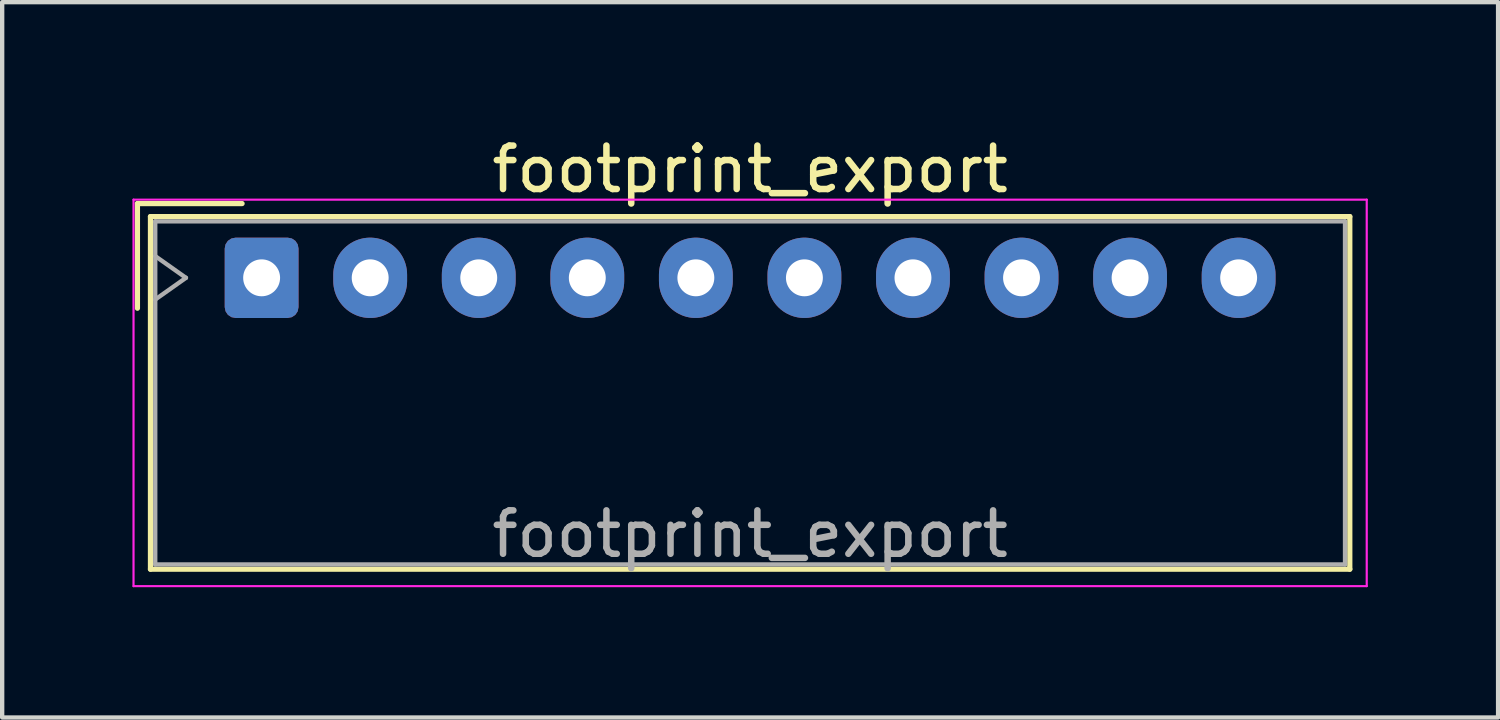
<source format=kicad_pcb>
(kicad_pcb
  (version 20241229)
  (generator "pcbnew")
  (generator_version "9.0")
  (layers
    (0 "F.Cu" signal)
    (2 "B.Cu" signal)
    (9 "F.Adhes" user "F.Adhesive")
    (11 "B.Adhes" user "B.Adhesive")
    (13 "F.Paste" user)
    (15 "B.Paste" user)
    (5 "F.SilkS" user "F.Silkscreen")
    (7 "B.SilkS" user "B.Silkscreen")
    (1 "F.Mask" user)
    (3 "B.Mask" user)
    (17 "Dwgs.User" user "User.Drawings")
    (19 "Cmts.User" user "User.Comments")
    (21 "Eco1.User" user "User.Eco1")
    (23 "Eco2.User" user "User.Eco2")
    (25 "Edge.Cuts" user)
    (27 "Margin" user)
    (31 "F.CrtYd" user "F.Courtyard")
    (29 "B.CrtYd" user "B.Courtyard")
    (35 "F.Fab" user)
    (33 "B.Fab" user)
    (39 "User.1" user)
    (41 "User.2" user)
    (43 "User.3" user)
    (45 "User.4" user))
  (footprint "footprint_export"
    (layer "F.Cu")
    (at 2.975 3.348)
    (property "Reference" "footprint_export" (at 11.25 -2.5 0) (layer "F.SilkS") (effects (font (size 1 1) (thickness 0.15))))
    (attr through_hole)
    (fp_line (start -2.86 -1.71) (end -0.45 -1.71) (stroke (width 0.12) (type solid)) (layer "F.SilkS"))
    (fp_line (start -2.86 0.7) (end -2.86 -1.71) (stroke (width 0.12) (type solid)) (layer "F.SilkS"))
    (fp_line (start -2.56 -1.41) (end -2.56 6.71) (stroke (width 0.12) (type solid)) (layer "F.SilkS"))
    (fp_line (start -2.56 6.71) (end 25.06 6.71) (stroke (width 0.12) (type solid)) (layer "F.SilkS"))
    (fp_line (start 25.06 -1.41) (end -2.56 -1.41) (stroke (width 0.12) (type solid)) (layer "F.SilkS"))
    (fp_line (start 25.06 6.71) (end 25.06 -1.41) (stroke (width 0.12) (type solid)) (layer "F.SilkS"))
    (fp_line (start -2.95 -1.8) (end -2.95 7.1) (stroke (width 0.05) (type solid)) (layer "F.CrtYd"))
    (fp_line (start -2.95 7.1) (end 25.45 7.1) (stroke (width 0.05) (type solid)) (layer "F.CrtYd"))
    (fp_line (start 25.45 -1.8) (end -2.95 -1.8) (stroke (width 0.05) (type solid)) (layer "F.CrtYd"))
    (fp_line (start 25.45 7.1) (end 25.45 -1.8) (stroke (width 0.05) (type solid)) (layer "F.CrtYd"))
    (fp_line (start -2.45 -1.3) (end -2.45 6.6) (stroke (width 0.1) (type solid)) (layer "F.Fab"))
    (fp_line (start -2.45 0.5) (end -1.743 0) (stroke (width 0.1) (type solid)) (layer "F.Fab"))
    (fp_line (start -2.45 6.6) (end 24.95 6.6) (stroke (width 0.1) (type solid)) (layer "F.Fab"))
    (fp_line (start -1.743 0) (end -2.45 -0.5) (stroke (width 0.1) (type solid)) (layer "F.Fab"))
    (fp_line (start 24.95 -1.3) (end -2.45 -1.3) (stroke (width 0.1) (type solid)) (layer "F.Fab"))
    (fp_line (start 24.95 6.6) (end 24.95 -1.3) (stroke (width 0.1) (type solid)) (layer "F.Fab"))
    (fp_text user "${REFERENCE}" (at 11.25 5.9 0) (layer "F.Fab") (effects (font (size 1 1) (thickness 0.15))))
    (pad "1" thru_hole roundrect (at 0 0) (size 1.7 1.85) (drill 0.85) (layers "*.Cu" "*.Mask") (roundrect_rratio 0.147))
    (pad "2" thru_hole oval (at 2.5 0) (size 1.7 1.85) (drill 0.85) (layers "*.Cu" "*.Mask"))
    (pad "3" thru_hole oval (at 5 0) (size 1.7 1.85) (drill 0.85) (layers "*.Cu" "*.Mask"))
    (pad "4" thru_hole oval (at 7.5 0) (size 1.7 1.85) (drill 0.85) (layers "*.Cu" "*.Mask"))
    (pad "5" thru_hole oval (at 10 0) (size 1.7 1.85) (drill 0.85) (layers "*.Cu" "*.Mask"))
    (pad "6" thru_hole oval (at 12.5 0) (size 1.7 1.85) (drill 0.85) (layers "*.Cu" "*.Mask"))
    (pad "7" thru_hole oval (at 15 0) (size 1.7 1.85) (drill 0.85) (layers "*.Cu" "*.Mask"))
    (pad "8" thru_hole oval (at 17.5 0) (size 1.7 1.85) (drill 0.85) (layers "*.Cu" "*.Mask"))
    (pad "9" thru_hole oval (at 20 0) (size 1.7 1.85) (drill 0.85) (layers "*.Cu" "*.Mask"))
    (pad "10" thru_hole oval (at 22.5 0) (size 1.7 1.85) (drill 0.85) (layers "*.Cu" "*.Mask")))
  (gr_rect
    (start -3 -3)
    (end 31.45 13.473)
    (stroke (width 0.1) (type default))
    (fill no)
    (layer "Edge.Cuts")))
</source>
